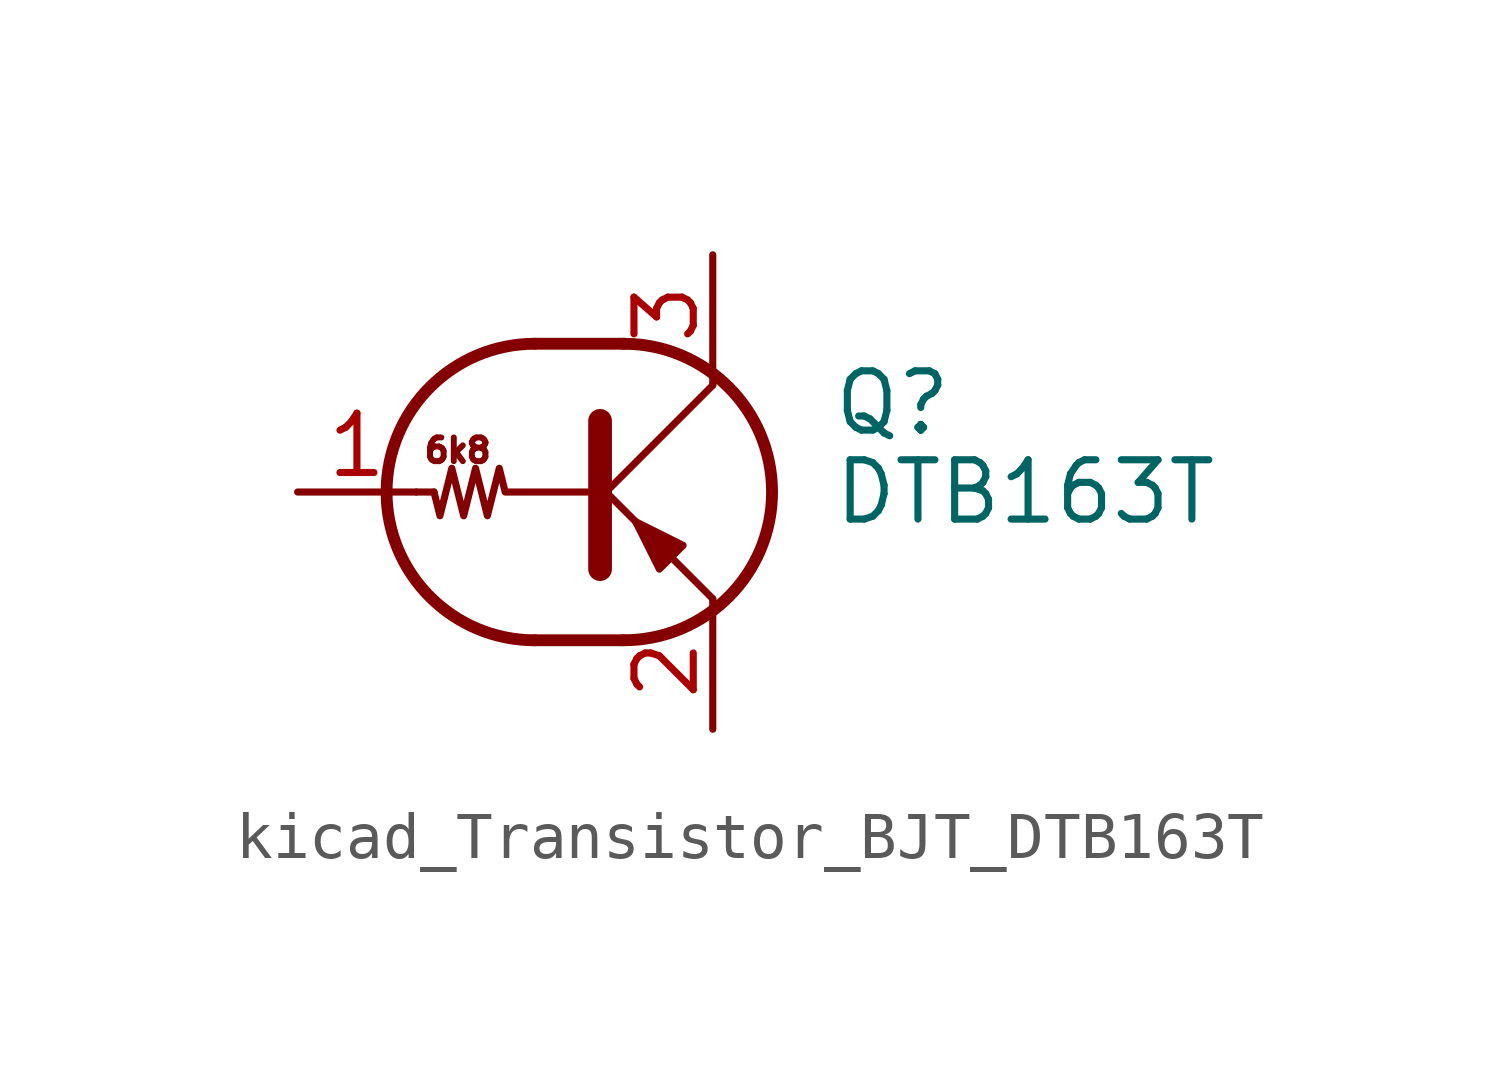
<source format=kicad_sym>
(kicad_symbol_lib
  (version 20220914)
  (generator kicad_symbol_editor)
  (symbol "kicad_Transistor_BJT_DTB163T"
    (pin_names
      (offset 0) hide)
    (property "Reference" "Q"
      (at 5.08 1.905 0)
      (effects (font (size 1.27 1.27)) (justify left)))
    (property "Value" "DTB163T"
      (at 5.08 0 0)
      (effects (font (size 1.27 1.27)) (justify left)))
    (symbol "kicad_Transistor_BJT_DTB163T_0_0"
      (polyline (pts (xy 2.54 -2.286) (xy 2.54 -2.54)) (stroke (width 0) (type default)) (fill (type none)))
      (text "6k8" (at -2.921 0.889 0) (effects (font (size 0.508 0.508)))))
    (symbol "kicad_Transistor_BJT_DTB163T_0_1"
      (arc (start -1.27 3.175) (mid -4.4312 0) (end -1.27 -3.175) (stroke (width 0.254) (type default)) (fill (type none)))
      (polyline (pts (xy -3.429 0) (xy -3.81 0)) (stroke (width 0) (type default)) (fill (type none)))
      (polyline (pts (xy -1.27 -3.175) (xy 0.635 -3.175)) (stroke (width 0.254) (type default)) (fill (type none)))
      (polyline (pts (xy -1.27 3.175) (xy 0.635 3.175)) (stroke (width 0.254) (type default)) (fill (type none)))
      (polyline (pts (xy 0 -0.254) (xy 2.54 2.286)) (stroke (width 0) (type default)) (fill (type none)))
      (polyline (pts (xy 0.127 1.524) (xy 0.127 -1.651)) (stroke (width 0.508) (type default)) (fill (type outline)))
      (polyline (pts (xy 2.54 2.286) (xy 2.54 2.54)) (stroke (width 0) (type default)) (fill (type none)))
      (polyline (pts (xy 2.54 -2.286) (xy 0 0.254) (xy 0 0.254)) (stroke (width 0) (type default)) (fill (type none)))
      (polyline (pts (xy 1.397 -1.651) (xy 1.905 -1.143) (xy 0.889 -0.635) (xy 1.397 -1.651)) (stroke (width 0) (type default)) (fill (type outline)))
      (polyline (pts (xy 0 0) (xy -1.905 0) (xy -2.032 0.508) (xy -2.286 -0.508) (xy -2.54 0.508) (xy -2.794 -0.508) (xy -3.048 0.508) (xy -3.302 -0.508) (xy -3.429 0)) (stroke (width 0) (type default)) (fill (type none)))
      (arc (start 0.635 -3.175) (mid 3.7962 0) (end 0.635 3.175) (stroke (width 0.254) (type default)) (fill (type none))))
    (symbol "kicad_Transistor_BJT_DTB163T_1_1"
      (pin input line (at -6.35 0 0) (length 2.54) (name "B" (effects (font (size 1.27 1.27)))) (number "1" (effects (font (size 1.27 1.27)))))
      (pin passive line (at 2.54 -5.08 90) (length 2.54) (name "E" (effects (font (size 1.27 1.27)))) (number "2" (effects (font (size 1.27 1.27)))))
      (pin passive line (at 2.54 5.08 270) (length 2.54) (name "C" (effects (font (size 1.27 1.27)))) (number "3" (effects (font (size 1.27 1.27))))))))
</source>
